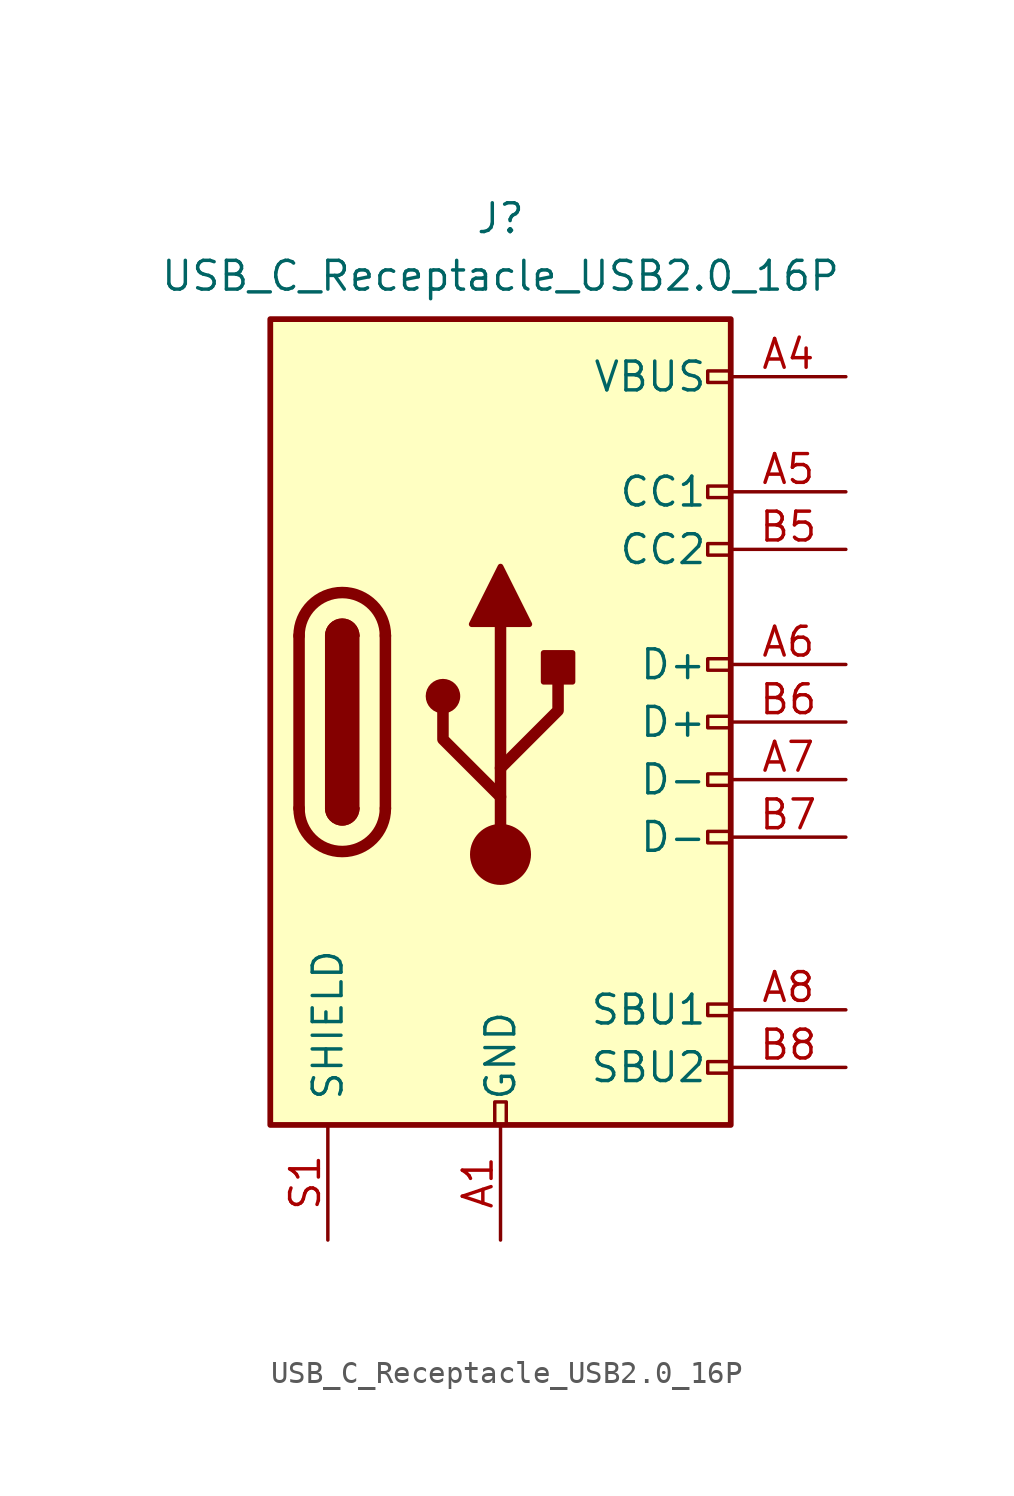
<source format=kicad_sym>
(kicad_symbol_lib
  (version 20241209)
  (generator "kicad_symbol_editor")
  (generator_version "9.0")
  (symbol "USB_C_Receptacle_USB2.0_16P"
    (pin_names
      (offset 1.016))
    (property "Reference" "J"
      (at 0 22.225 0)
      (effects (font (size 1.27 1.27))))
    (property "Value" "USB_C_Receptacle_USB2.0_16P"
      (at 0 19.685 0)
      (effects (font (size 1.27 1.27))))
    (symbol "USB_C_Receptacle_USB2.0_16P_0_0"
      (rectangle (start -0.254 -17.78) (end 0.254 -16.764) (stroke (width 0) (type default)) (fill (type none)))
      (rectangle (start 10.16 15.494) (end 9.144 14.986) (stroke (width 0) (type default)) (fill (type none)))
      (rectangle (start 10.16 10.414) (end 9.144 9.906) (stroke (width 0) (type default)) (fill (type none)))
      (rectangle (start 10.16 7.874) (end 9.144 7.366) (stroke (width 0) (type default)) (fill (type none)))
      (rectangle (start 10.16 2.794) (end 9.144 2.286) (stroke (width 0) (type default)) (fill (type none)))
      (rectangle (start 10.16 0.254) (end 9.144 -0.254) (stroke (width 0) (type default)) (fill (type none)))
      (rectangle (start 10.16 -2.286) (end 9.144 -2.794) (stroke (width 0) (type default)) (fill (type none)))
      (rectangle (start 10.16 -4.826) (end 9.144 -5.334) (stroke (width 0) (type default)) (fill (type none)))
      (rectangle (start 10.16 -12.446) (end 9.144 -12.954) (stroke (width 0) (type default)) (fill (type none)))
      (rectangle (start 10.16 -14.986) (end 9.144 -15.494) (stroke (width 0) (type default)) (fill (type none))))
    (symbol "USB_C_Receptacle_USB2.0_16P_0_1"
      (rectangle (start -10.16 17.78) (end 10.16 -17.78) (stroke (width 0.254) (type default)) (fill (type background)))
      (polyline (pts (xy -8.89 -3.81) (xy -8.89 3.81)) (stroke (width 0.508) (type default)) (fill (type none)))
      (rectangle (start -7.62 -3.81) (end -6.35 3.81) (stroke (width 0.254) (type default)) (fill (type outline)))
      (arc (start -7.62 3.81) (mid -6.985 4.4423) (end -6.35 3.81) (stroke (width 0.254) (type default)) (fill (type none)))
      (arc (start -7.62 3.81) (mid -6.985 4.4423) (end -6.35 3.81) (stroke (width 0.254) (type default)) (fill (type outline)))
      (arc (start -8.89 3.81) (mid -6.985 5.7067) (end -5.08 3.81) (stroke (width 0.508) (type default)) (fill (type none)))
      (arc (start -5.08 -3.81) (mid -6.985 -5.7067) (end -8.89 -3.81) (stroke (width 0.508) (type default)) (fill (type none)))
      (arc (start -6.35 -3.81) (mid -6.985 -4.4423) (end -7.62 -3.81) (stroke (width 0.254) (type default)) (fill (type none)))
      (arc (start -6.35 -3.81) (mid -6.985 -4.4423) (end -7.62 -3.81) (stroke (width 0.254) (type default)) (fill (type outline)))
      (polyline (pts (xy -5.08 3.81) (xy -5.08 -3.81)) (stroke (width 0.508) (type default)) (fill (type none)))
      (circle (center -2.54 1.143) (radius 0.635) (stroke (width 0.254) (type default)) (fill (type outline)))
      (polyline (pts (xy -1.27 4.318) (xy 0 6.858) (xy 1.27 4.318) (xy -1.27 4.318)) (stroke (width 0.254) (type default)) (fill (type outline)))
      (polyline (pts (xy 0 -2.032) (xy 2.54 0.508) (xy 2.54 1.778)) (stroke (width 0.508) (type default)) (fill (type none)))
      (polyline (pts (xy 0 -3.302) (xy -2.54 -0.762) (xy -2.54 0.508)) (stroke (width 0.508) (type default)) (fill (type none)))
      (polyline (pts (xy 0 -5.842) (xy 0 4.318)) (stroke (width 0.508) (type default)) (fill (type none)))
      (circle (center 0 -5.842) (radius 1.27) (stroke (width 0) (type default)) (fill (type outline)))
      (rectangle (start 1.905 1.778) (end 3.175 3.048) (stroke (width 0.254) (type default)) (fill (type outline))))
    (symbol "USB_C_Receptacle_USB2.0_16P_1_1"
      (pin passive line (at -7.62 -22.86 90) (length 5.08) (name "SHIELD" (effects (font (size 1.27 1.27)))) (number "S1" (effects (font (size 1.27 1.27)))))
      (pin passive line (at 0 -22.86 90) (length 5.08) (name "GND" (effects (font (size 1.27 1.27)))) (number "A1" (effects (font (size 1.27 1.27)))))
      (pin passive line (at 0 -22.86 90) (length 5.08) (hide yes) (name "GND" (effects (font (size 1.27 1.27)))) (number "A12" (effects (font (size 1.27 1.27)))))
      (pin passive line (at 0 -22.86 90) (length 5.08) (hide yes) (name "GND" (effects (font (size 1.27 1.27)))) (number "B1" (effects (font (size 1.27 1.27)))))
      (pin passive line (at 0 -22.86 90) (length 5.08) (hide yes) (name "GND" (effects (font (size 1.27 1.27)))) (number "B12" (effects (font (size 1.27 1.27)))))
      (pin passive line (at 15.24 15.24 180) (length 5.08) (name "VBUS" (effects (font (size 1.27 1.27)))) (number "A4" (effects (font (size 1.27 1.27)))))
      (pin passive line (at 15.24 15.24 180) (length 5.08) (hide yes) (name "VBUS" (effects (font (size 1.27 1.27)))) (number "A9" (effects (font (size 1.27 1.27)))))
      (pin passive line (at 15.24 15.24 180) (length 5.08) (hide yes) (name "VBUS" (effects (font (size 1.27 1.27)))) (number "B4" (effects (font (size 1.27 1.27)))))
      (pin passive line (at 15.24 15.24 180) (length 5.08) (hide yes) (name "VBUS" (effects (font (size 1.27 1.27)))) (number "B9" (effects (font (size 1.27 1.27)))))
      (pin bidirectional line (at 15.24 10.16 180) (length 5.08) (name "CC1" (effects (font (size 1.27 1.27)))) (number "A5" (effects (font (size 1.27 1.27)))))
      (pin bidirectional line (at 15.24 7.62 180) (length 5.08) (name "CC2" (effects (font (size 1.27 1.27)))) (number "B5" (effects (font (size 1.27 1.27)))))
      (pin bidirectional line (at 15.24 2.54 180) (length 5.08) (name "D+" (effects (font (size 1.27 1.27)))) (number "A6" (effects (font (size 1.27 1.27)))))
      (pin bidirectional line (at 15.24 0 180) (length 5.08) (name "D+" (effects (font (size 1.27 1.27)))) (number "B6" (effects (font (size 1.27 1.27)))))
      (pin bidirectional line (at 15.24 -2.54 180) (length 5.08) (name "D-" (effects (font (size 1.27 1.27)))) (number "A7" (effects (font (size 1.27 1.27)))))
      (pin bidirectional line (at 15.24 -5.08 180) (length 5.08) (name "D-" (effects (font (size 1.27 1.27)))) (number "B7" (effects (font (size 1.27 1.27)))))
      (pin bidirectional line (at 15.24 -12.7 180) (length 5.08) (name "SBU1" (effects (font (size 1.27 1.27)))) (number "A8" (effects (font (size 1.27 1.27)))))
      (pin bidirectional line (at 15.24 -15.24 180) (length 5.08) (name "SBU2" (effects (font (size 1.27 1.27)))) (number "B8" (effects (font (size 1.27 1.27))))))))
</source>
